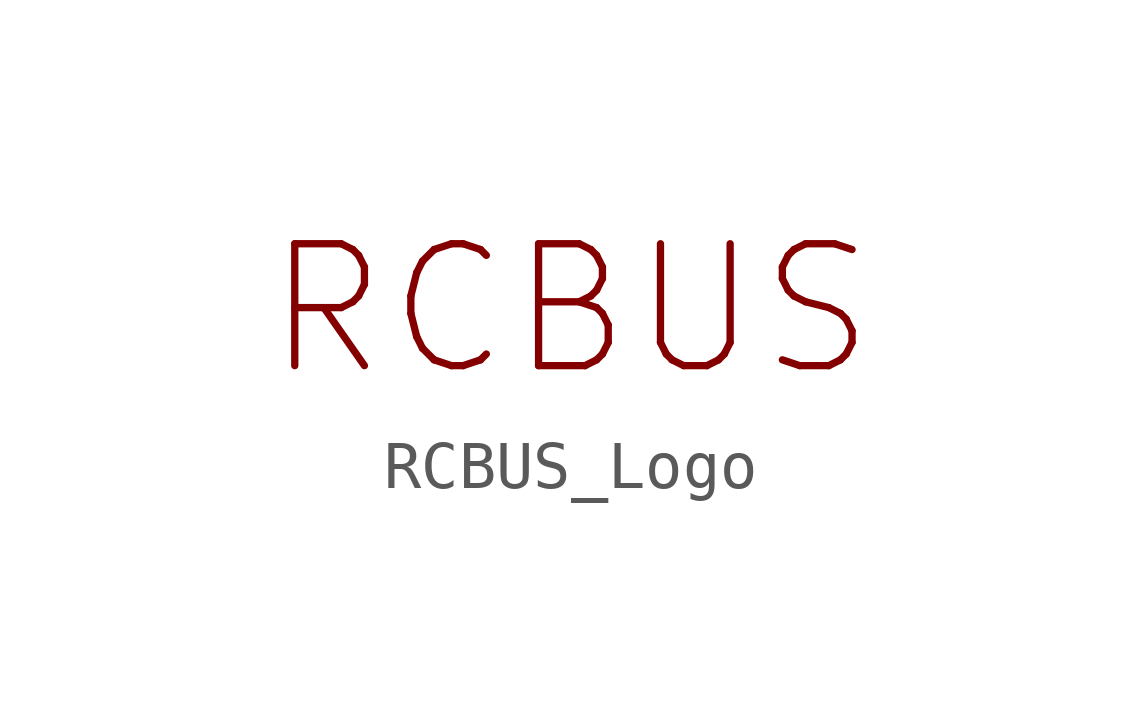
<source format=kicad_sym>
(kicad_symbol_lib
  (version 20211014)
  (generator kicad_symbol_editor)
  (symbol "RCBUS_Logo"
    (property "Reference" "LOGO"
      (at 0 -4.318 0)
      (effects (font (size 1.27 1.27)) hide))
    (symbol "RCBUS_Logo_0_0"
      (text "RCBUS" (at 0 0 0) (effects (font (size 2.54 2.54)))))))
</source>
